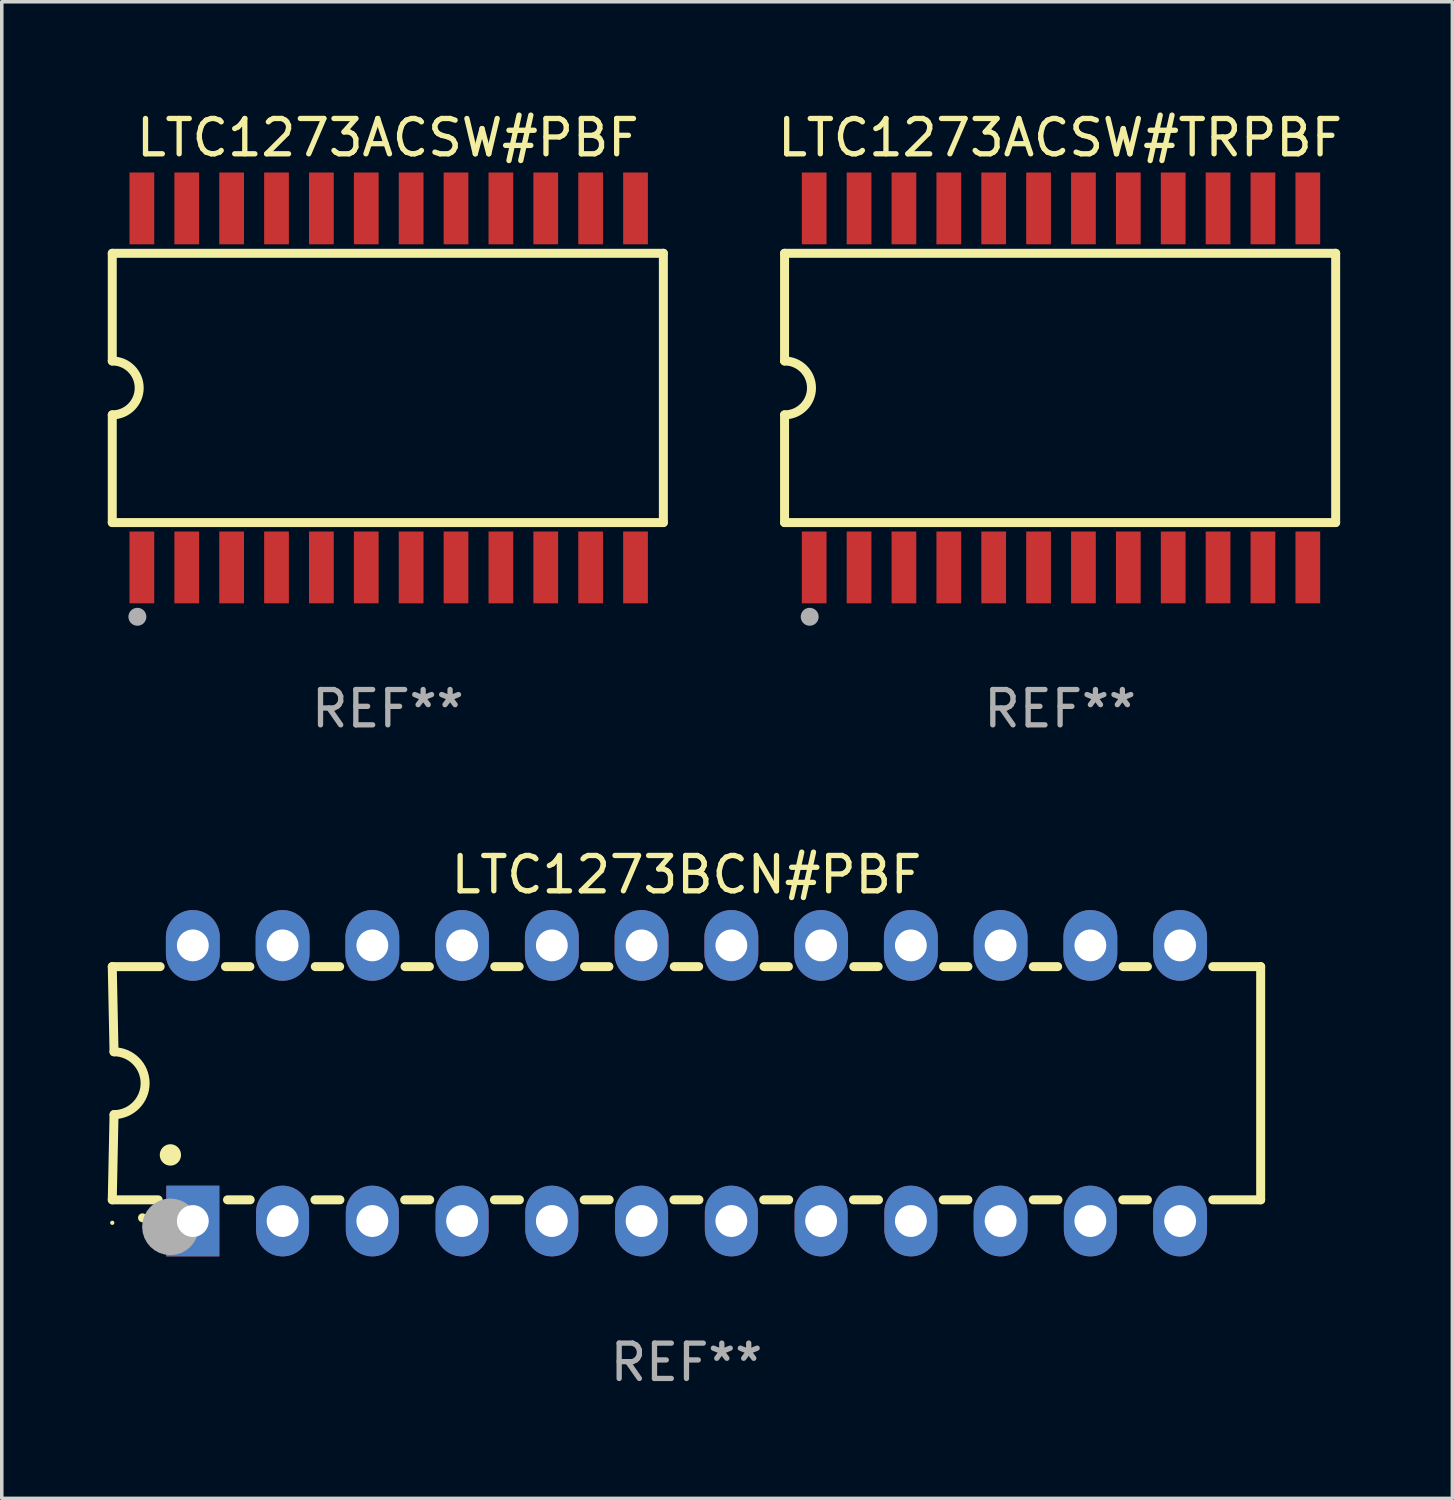
<source format=kicad_pcb>
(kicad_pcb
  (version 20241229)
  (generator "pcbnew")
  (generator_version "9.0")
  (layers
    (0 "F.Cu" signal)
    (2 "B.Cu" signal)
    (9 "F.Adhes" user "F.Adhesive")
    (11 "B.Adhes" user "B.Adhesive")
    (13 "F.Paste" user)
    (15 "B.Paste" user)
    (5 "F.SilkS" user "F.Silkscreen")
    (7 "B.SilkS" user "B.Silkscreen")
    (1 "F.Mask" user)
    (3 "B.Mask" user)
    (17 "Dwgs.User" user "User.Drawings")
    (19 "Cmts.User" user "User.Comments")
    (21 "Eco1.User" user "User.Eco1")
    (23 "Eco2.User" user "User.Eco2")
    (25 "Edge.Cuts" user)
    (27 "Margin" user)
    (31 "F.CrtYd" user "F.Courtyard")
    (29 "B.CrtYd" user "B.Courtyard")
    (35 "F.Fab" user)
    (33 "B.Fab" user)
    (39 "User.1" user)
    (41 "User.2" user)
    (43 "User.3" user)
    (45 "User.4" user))
  (footprint "LTC1273ACSW#PBF"
    (layer "F.Cu")
    (at 7.925 7.928)
    (property "Reference" "LTC1273ACSW#PBF" (at 0 -7.08 0) (layer "F.SilkS") (effects (font (size 1 1) (thickness 0.15))))
    (attr through_hole)
    (fp_line (start -7.798 -3.81) (end -7.798 -0.762) (stroke (width 0.254) (type solid)) (layer "F.SilkS"))
    (fp_line (start -7.798 3.81) (end -7.798 0.762) (stroke (width 0.254) (type solid)) (layer "F.SilkS"))
    (fp_line (start 7.798 -3.81) (end -7.798 -3.81) (stroke (width 0.254) (type solid)) (layer "F.SilkS"))
    (fp_line (start 7.798 3.81) (end -7.798 3.81) (stroke (width 0.254) (type solid)) (layer "F.SilkS"))
    (fp_line (start 7.798 3.81) (end 7.798 -3.81) (stroke (width 0.254) (type solid)) (layer "F.SilkS"))
    (fp_arc (start -7.797791 -0.762002) (mid -7.03579 -0.000001) (end -7.79779 0.762002) (stroke (width 0.254001) (type solid)) (layer "F.SilkS"))
    (fp_circle (center -7.825 3.75) (end -7.795 3.75) (stroke (width 0.06) (type solid)) (fill no) (layer "F.SilkS"))
    (fp_circle (center -7.087 6.477) (end -6.96 6.477) (stroke (width 0.254) (type solid)) (fill no) (layer "F.Fab"))
    (fp_text user "REF**" (at 0 9.08 0) (layer "F.Fab") (effects (font (size 1 1) (thickness 0.15))))
    (pad "1" smd rect (at -6.96 5.08 90) (size 2.032 0.7) (layers "F.Cu" "F.Mask" "F.Paste"))
    (pad "2" smd rect (at -5.69 5.08 90) (size 2.032 0.7) (layers "F.Cu" "F.Mask" "F.Paste"))
    (pad "3" smd rect (at -4.42 5.08 90) (size 2.032 0.7) (layers "F.Cu" "F.Mask" "F.Paste"))
    (pad "4" smd rect (at -3.15 5.08 90) (size 2.032 0.7) (layers "F.Cu" "F.Mask" "F.Paste"))
    (pad "5" smd rect (at -1.88 5.08 90) (size 2.032 0.7) (layers "F.Cu" "F.Mask" "F.Paste"))
    (pad "6" smd rect (at -0.61 5.08 90) (size 2.032 0.7) (layers "F.Cu" "F.Mask" "F.Paste"))
    (pad "7" smd rect (at 0.66 5.08 90) (size 2.032 0.7) (layers "F.Cu" "F.Mask" "F.Paste"))
    (pad "8" smd rect (at 1.93 5.08 90) (size 2.032 0.7) (layers "F.Cu" "F.Mask" "F.Paste"))
    (pad "9" smd rect (at 3.2 5.08 90) (size 2.032 0.7) (layers "F.Cu" "F.Mask" "F.Paste"))
    (pad "10" smd rect (at 4.47 5.08 90) (size 2.032 0.7) (layers "F.Cu" "F.Mask" "F.Paste"))
    (pad "11" smd rect (at 5.74 5.08 90) (size 2.032 0.7) (layers "F.Cu" "F.Mask" "F.Paste"))
    (pad "12" smd rect (at 7.01 5.08 90) (size 2.032 0.7) (layers "F.Cu" "F.Mask" "F.Paste"))
    (pad "13" smd rect (at 7.01 -5.08 90) (size 2.032 0.7) (layers "F.Cu" "F.Mask" "F.Paste"))
    (pad "14" smd rect (at 5.74 -5.08 90) (size 2.032 0.7) (layers "F.Cu" "F.Mask" "F.Paste"))
    (pad "15" smd rect (at 4.47 -5.08 90) (size 2.032 0.7) (layers "F.Cu" "F.Mask" "F.Paste"))
    (pad "16" smd rect (at 3.2 -5.08 90) (size 2.032 0.7) (layers "F.Cu" "F.Mask" "F.Paste"))
    (pad "17" smd rect (at 1.93 -5.08 90) (size 2.032 0.7) (layers "F.Cu" "F.Mask" "F.Paste"))
    (pad "18" smd rect (at 0.66 -5.08 90) (size 2.032 0.7) (layers "F.Cu" "F.Mask" "F.Paste"))
    (pad "19" smd rect (at -0.61 -5.08 90) (size 2.032 0.7) (layers "F.Cu" "F.Mask" "F.Paste"))
    (pad "20" smd rect (at -1.88 -5.08 90) (size 2.032 0.7) (layers "F.Cu" "F.Mask" "F.Paste"))
    (pad "21" smd rect (at -3.15 -5.08 90) (size 2.032 0.7) (layers "F.Cu" "F.Mask" "F.Paste"))
    (pad "22" smd rect (at -4.42 -5.08 90) (size 2.032 0.7) (layers "F.Cu" "F.Mask" "F.Paste"))
    (pad "23" smd rect (at -5.69 -5.08 90) (size 2.032 0.7) (layers "F.Cu" "F.Mask" "F.Paste"))
    (pad "24" smd rect (at -6.96 -5.08 90) (size 2.032 0.7) (layers "F.Cu" "F.Mask" "F.Paste")))
  (footprint "LTC1273BCN#PBF"
    (layer "F.Cu")
    (at 16.377 27.605)
    (property "Reference" "LTC1273BCN#PBF" (at 0 -5.9 0) (layer "F.SilkS") (effects (font (size 1 1) (thickness 0.15))))
    (attr through_hole)
    (fp_line (start -16.25 -3.3) (end -16.2 -0.889) (stroke (width 0.254) (type solid)) (layer "F.SilkS"))
    (fp_line (start -16.25 -3.3) (end -14.895 -3.3) (stroke (width 0.254) (type solid)) (layer "F.SilkS"))
    (fp_line (start -16.25 3.3) (end -16.2 0.889) (stroke (width 0.254) (type solid)) (layer "F.SilkS"))
    (fp_line (start -16.25 3.3) (end -14.951 3.3) (stroke (width 0.254) (type solid)) (layer "F.SilkS"))
    (fp_line (start -13.045 -3.3) (end -12.355 -3.3) (stroke (width 0.254) (type solid)) (layer "F.SilkS"))
    (fp_line (start -12.989 3.3) (end -12.347 3.3) (stroke (width 0.254) (type solid)) (layer "F.SilkS"))
    (fp_line (start -10.514 3.3) (end -9.807 3.3) (stroke (width 0.254) (type solid)) (layer "F.SilkS"))
    (fp_line (start -10.505 -3.3) (end -9.815 -3.3) (stroke (width 0.254) (type solid)) (layer "F.SilkS"))
    (fp_line (start -7.974 3.3) (end -7.267 3.3) (stroke (width 0.254) (type solid)) (layer "F.SilkS"))
    (fp_line (start -7.965 -3.3) (end -7.275 -3.3) (stroke (width 0.254) (type solid)) (layer "F.SilkS"))
    (fp_line (start -5.434 3.3) (end -4.727 3.3) (stroke (width 0.254) (type solid)) (layer "F.SilkS"))
    (fp_line (start -5.425 -3.3) (end -4.735 -3.3) (stroke (width 0.254) (type solid)) (layer "F.SilkS"))
    (fp_line (start -2.894 3.3) (end -2.187 3.3) (stroke (width 0.254) (type solid)) (layer "F.SilkS"))
    (fp_line (start -2.885 -3.3) (end -2.195 -3.3) (stroke (width 0.254) (type solid)) (layer "F.SilkS"))
    (fp_line (start -0.354 3.3) (end 0.353 3.3) (stroke (width 0.254) (type solid)) (layer "F.SilkS"))
    (fp_line (start -0.345 -3.3) (end 0.345 -3.3) (stroke (width 0.254) (type solid)) (layer "F.SilkS"))
    (fp_line (start 2.186 3.3) (end 2.893 3.3) (stroke (width 0.254) (type solid)) (layer "F.SilkS"))
    (fp_line (start 2.195 -3.3) (end 2.885 -3.3) (stroke (width 0.254) (type solid)) (layer "F.SilkS"))
    (fp_line (start 4.726 3.3) (end 5.434 3.3) (stroke (width 0.254) (type solid)) (layer "F.SilkS"))
    (fp_line (start 4.735 -3.3) (end 5.425 -3.3) (stroke (width 0.254) (type solid)) (layer "F.SilkS"))
    (fp_line (start 7.266 3.3) (end 7.965 3.3) (stroke (width 0.254) (type solid)) (layer "F.SilkS"))
    (fp_line (start 7.275 -3.3) (end 7.965 -3.3) (stroke (width 0.254) (type solid)) (layer "F.SilkS"))
    (fp_line (start 9.815 -3.3) (end 10.505 -3.3) (stroke (width 0.254) (type solid)) (layer "F.SilkS"))
    (fp_line (start 9.815 3.3) (end 10.514 3.3) (stroke (width 0.254) (type solid)) (layer "F.SilkS"))
    (fp_line (start 12.346 3.3) (end 13.045 3.3) (stroke (width 0.254) (type solid)) (layer "F.SilkS"))
    (fp_line (start 12.355 -3.3) (end 13.045 -3.3) (stroke (width 0.254) (type solid)) (layer "F.SilkS"))
    (fp_line (start 16.25 -3.3) (end 14.895 -3.3) (stroke (width 0.254) (type solid)) (layer "F.SilkS"))
    (fp_line (start 16.25 -3.3) (end 16.25 3.3) (stroke (width 0.254) (type solid)) (layer "F.SilkS"))
    (fp_line (start 16.25 3.3) (end 14.895 3.3) (stroke (width 0.254) (type solid)) (layer "F.SilkS"))
    (fp_arc (start -16.201016 -0.890146) (mid -15.311429 -0.001055) (end -16.200025 0.889027) (stroke (width 0.254001) (type solid)) (layer "F.SilkS"))
    (fp_arc (start -15.394971 3.810033) (mid -15.394978 3.808763) (end -15.394971 3.807493) (stroke (width 0.25) (type solid)) (layer "F.SilkS"))
    (fp_arc (start -14.605029 2.032029) (mid -14.60504 2.029489) (end -14.605029 2.026949) (stroke (width 0.6) (type solid)) (layer "F.SilkS"))
    (fp_circle (center -16.25 3.95) (end -16.22 3.95) (stroke (width 0.06) (type solid)) (fill no) (layer "F.SilkS"))
    (fp_circle (center -14.605 4.064) (end -14.205 4.064) (stroke (width 0.8) (type solid)) (fill no) (layer "F.Fab"))
    (fp_text user "REF**" (at 0 7.9 0) (layer "F.Fab") (effects (font (size 1 1) (thickness 0.15))))
    (pad "1" thru_hole rect (at -13.97 3.9 90) (size 2 1.5) (drill 0.9) (layers "*.Cu" "*.Mask"))
    (pad "2" thru_hole oval (at -11.43 3.9 90) (size 2 1.5) (drill 0.9) (layers "*.Cu" "*.Mask"))
    (pad "3" thru_hole oval (at -8.89 3.9 90) (size 2 1.5) (drill 0.9) (layers "*.Cu" "*.Mask"))
    (pad "4" thru_hole oval (at -6.35 3.9 90) (size 2 1.5) (drill 0.9) (layers "*.Cu" "*.Mask"))
    (pad "5" thru_hole oval (at -3.81 3.9 90) (size 2 1.5) (drill 0.9) (layers "*.Cu" "*.Mask"))
    (pad "6" thru_hole oval (at -1.27 3.9 90) (size 2 1.5) (drill 0.9) (layers "*.Cu" "*.Mask"))
    (pad "7" thru_hole oval (at 1.27 3.9 90) (size 2 1.5) (drill 0.9) (layers "*.Cu" "*.Mask"))
    (pad "8" thru_hole oval (at 3.81 3.9 90) (size 2 1.5) (drill 0.9) (layers "*.Cu" "*.Mask"))
    (pad "9" thru_hole oval (at 6.35 3.9 90) (size 2 1.5) (drill 0.9) (layers "*.Cu" "*.Mask"))
    (pad "10" thru_hole oval (at 8.89 3.9 90) (size 2 1.524) (drill 0.9) (layers "*.Cu" "*.Mask"))
    (pad "11" thru_hole oval (at 11.43 3.9 90) (size 2 1.5) (drill 0.9) (layers "*.Cu" "*.Mask"))
    (pad "12" thru_hole oval (at 13.97 3.9 90) (size 2 1.524) (drill 0.9) (layers "*.Cu" "*.Mask"))
    (pad "13" thru_hole oval (at 13.97 -3.9 90) (size 2 1.524) (drill 0.9) (layers "*.Cu" "*.Mask"))
    (pad "14" thru_hole oval (at 11.43 -3.9 90) (size 2 1.524) (drill 0.9) (layers "*.Cu" "*.Mask"))
    (pad "15" thru_hole oval (at 8.89 -3.9 90) (size 2 1.524) (drill 0.9) (layers "*.Cu" "*.Mask"))
    (pad "16" thru_hole oval (at 6.35 -3.9 90) (size 2 1.524) (drill 0.9) (layers "*.Cu" "*.Mask"))
    (pad "17" thru_hole oval (at 3.81 -3.9 90) (size 2 1.524) (drill 0.9) (layers "*.Cu" "*.Mask"))
    (pad "18" thru_hole oval (at 1.27 -3.9 90) (size 2 1.524) (drill 0.9) (layers "*.Cu" "*.Mask"))
    (pad "19" thru_hole oval (at -1.27 -3.9 90) (size 2 1.524) (drill 0.9) (layers "*.Cu" "*.Mask"))
    (pad "20" thru_hole oval (at -3.81 -3.9 90) (size 2 1.524) (drill 0.9) (layers "*.Cu" "*.Mask"))
    (pad "21" thru_hole oval (at -6.35 -3.9 90) (size 2 1.524) (drill 0.9) (layers "*.Cu" "*.Mask"))
    (pad "22" thru_hole oval (at -8.89 -3.9 90) (size 2 1.524) (drill 0.9) (layers "*.Cu" "*.Mask"))
    (pad "23" thru_hole oval (at -11.43 -3.9 90) (size 2 1.524) (drill 0.9) (layers "*.Cu" "*.Mask"))
    (pad "24" thru_hole oval (at -13.97 -3.9 90) (size 2 1.524) (drill 0.9) (layers "*.Cu" "*.Mask")))
  (footprint "LTC1273ACSW#TRPBF"
    (layer "F.Cu")
    (at 26.951 7.928)
    (property "Reference" "LTC1273ACSW#TRPBF" (at 0 -7.08 0) (layer "F.SilkS") (effects (font (size 1 1) (thickness 0.15))))
    (attr through_hole)
    (fp_line (start -7.798 -3.81) (end -7.798 -0.762) (stroke (width 0.254) (type solid)) (layer "F.SilkS"))
    (fp_line (start -7.798 3.81) (end -7.798 0.762) (stroke (width 0.254) (type solid)) (layer "F.SilkS"))
    (fp_line (start 7.798 -3.81) (end -7.798 -3.81) (stroke (width 0.254) (type solid)) (layer "F.SilkS"))
    (fp_line (start 7.798 3.81) (end -7.798 3.81) (stroke (width 0.254) (type solid)) (layer "F.SilkS"))
    (fp_line (start 7.798 3.81) (end 7.798 -3.81) (stroke (width 0.254) (type solid)) (layer "F.SilkS"))
    (fp_arc (start -7.797791 -0.762002) (mid -7.03579 -0.000001) (end -7.79779 0.762002) (stroke (width 0.254001) (type solid)) (layer "F.SilkS"))
    (fp_circle (center -7.825 3.75) (end -7.795 3.75) (stroke (width 0.06) (type solid)) (fill no) (layer "F.SilkS"))
    (fp_circle (center -7.087 6.477) (end -6.96 6.477) (stroke (width 0.254) (type solid)) (fill no) (layer "F.Fab"))
    (fp_text user "REF**" (at 0 9.08 0) (layer "F.Fab") (effects (font (size 1 1) (thickness 0.15))))
    (pad "1" smd rect (at -6.96 5.08 90) (size 2.032 0.7) (layers "F.Cu" "F.Mask" "F.Paste"))
    (pad "2" smd rect (at -5.69 5.08 90) (size 2.032 0.7) (layers "F.Cu" "F.Mask" "F.Paste"))
    (pad "3" smd rect (at -4.42 5.08 90) (size 2.032 0.7) (layers "F.Cu" "F.Mask" "F.Paste"))
    (pad "4" smd rect (at -3.15 5.08 90) (size 2.032 0.7) (layers "F.Cu" "F.Mask" "F.Paste"))
    (pad "5" smd rect (at -1.88 5.08 90) (size 2.032 0.7) (layers "F.Cu" "F.Mask" "F.Paste"))
    (pad "6" smd rect (at -0.61 5.08 90) (size 2.032 0.7) (layers "F.Cu" "F.Mask" "F.Paste"))
    (pad "7" smd rect (at 0.66 5.08 90) (size 2.032 0.7) (layers "F.Cu" "F.Mask" "F.Paste"))
    (pad "8" smd rect (at 1.93 5.08 90) (size 2.032 0.7) (layers "F.Cu" "F.Mask" "F.Paste"))
    (pad "9" smd rect (at 3.2 5.08 90) (size 2.032 0.7) (layers "F.Cu" "F.Mask" "F.Paste"))
    (pad "10" smd rect (at 4.47 5.08 90) (size 2.032 0.7) (layers "F.Cu" "F.Mask" "F.Paste"))
    (pad "11" smd rect (at 5.74 5.08 90) (size 2.032 0.7) (layers "F.Cu" "F.Mask" "F.Paste"))
    (pad "12" smd rect (at 7.01 5.08 90) (size 2.032 0.7) (layers "F.Cu" "F.Mask" "F.Paste"))
    (pad "13" smd rect (at 7.01 -5.08 90) (size 2.032 0.7) (layers "F.Cu" "F.Mask" "F.Paste"))
    (pad "14" smd rect (at 5.74 -5.08 90) (size 2.032 0.7) (layers "F.Cu" "F.Mask" "F.Paste"))
    (pad "15" smd rect (at 4.47 -5.08 90) (size 2.032 0.7) (layers "F.Cu" "F.Mask" "F.Paste"))
    (pad "16" smd rect (at 3.2 -5.08 90) (size 2.032 0.7) (layers "F.Cu" "F.Mask" "F.Paste"))
    (pad "17" smd rect (at 1.93 -5.08 90) (size 2.032 0.7) (layers "F.Cu" "F.Mask" "F.Paste"))
    (pad "18" smd rect (at 0.66 -5.08 90) (size 2.032 0.7) (layers "F.Cu" "F.Mask" "F.Paste"))
    (pad "19" smd rect (at -0.61 -5.08 90) (size 2.032 0.7) (layers "F.Cu" "F.Mask" "F.Paste"))
    (pad "20" smd rect (at -1.88 -5.08 90) (size 2.032 0.7) (layers "F.Cu" "F.Mask" "F.Paste"))
    (pad "21" smd rect (at -3.15 -5.08 90) (size 2.032 0.7) (layers "F.Cu" "F.Mask" "F.Paste"))
    (pad "22" smd rect (at -4.42 -5.08 90) (size 2.032 0.7) (layers "F.Cu" "F.Mask" "F.Paste"))
    (pad "23" smd rect (at -5.69 -5.08 90) (size 2.032 0.7) (layers "F.Cu" "F.Mask" "F.Paste"))
    (pad "24" smd rect (at -6.96 -5.08 90) (size 2.032 0.7) (layers "F.Cu" "F.Mask" "F.Paste")))
  (gr_rect
    (start -3 -3)
    (end 38.052 39.353)
    (stroke (width 0.1) (type default))
    (fill no)
    (layer "Edge.Cuts")))
</source>
